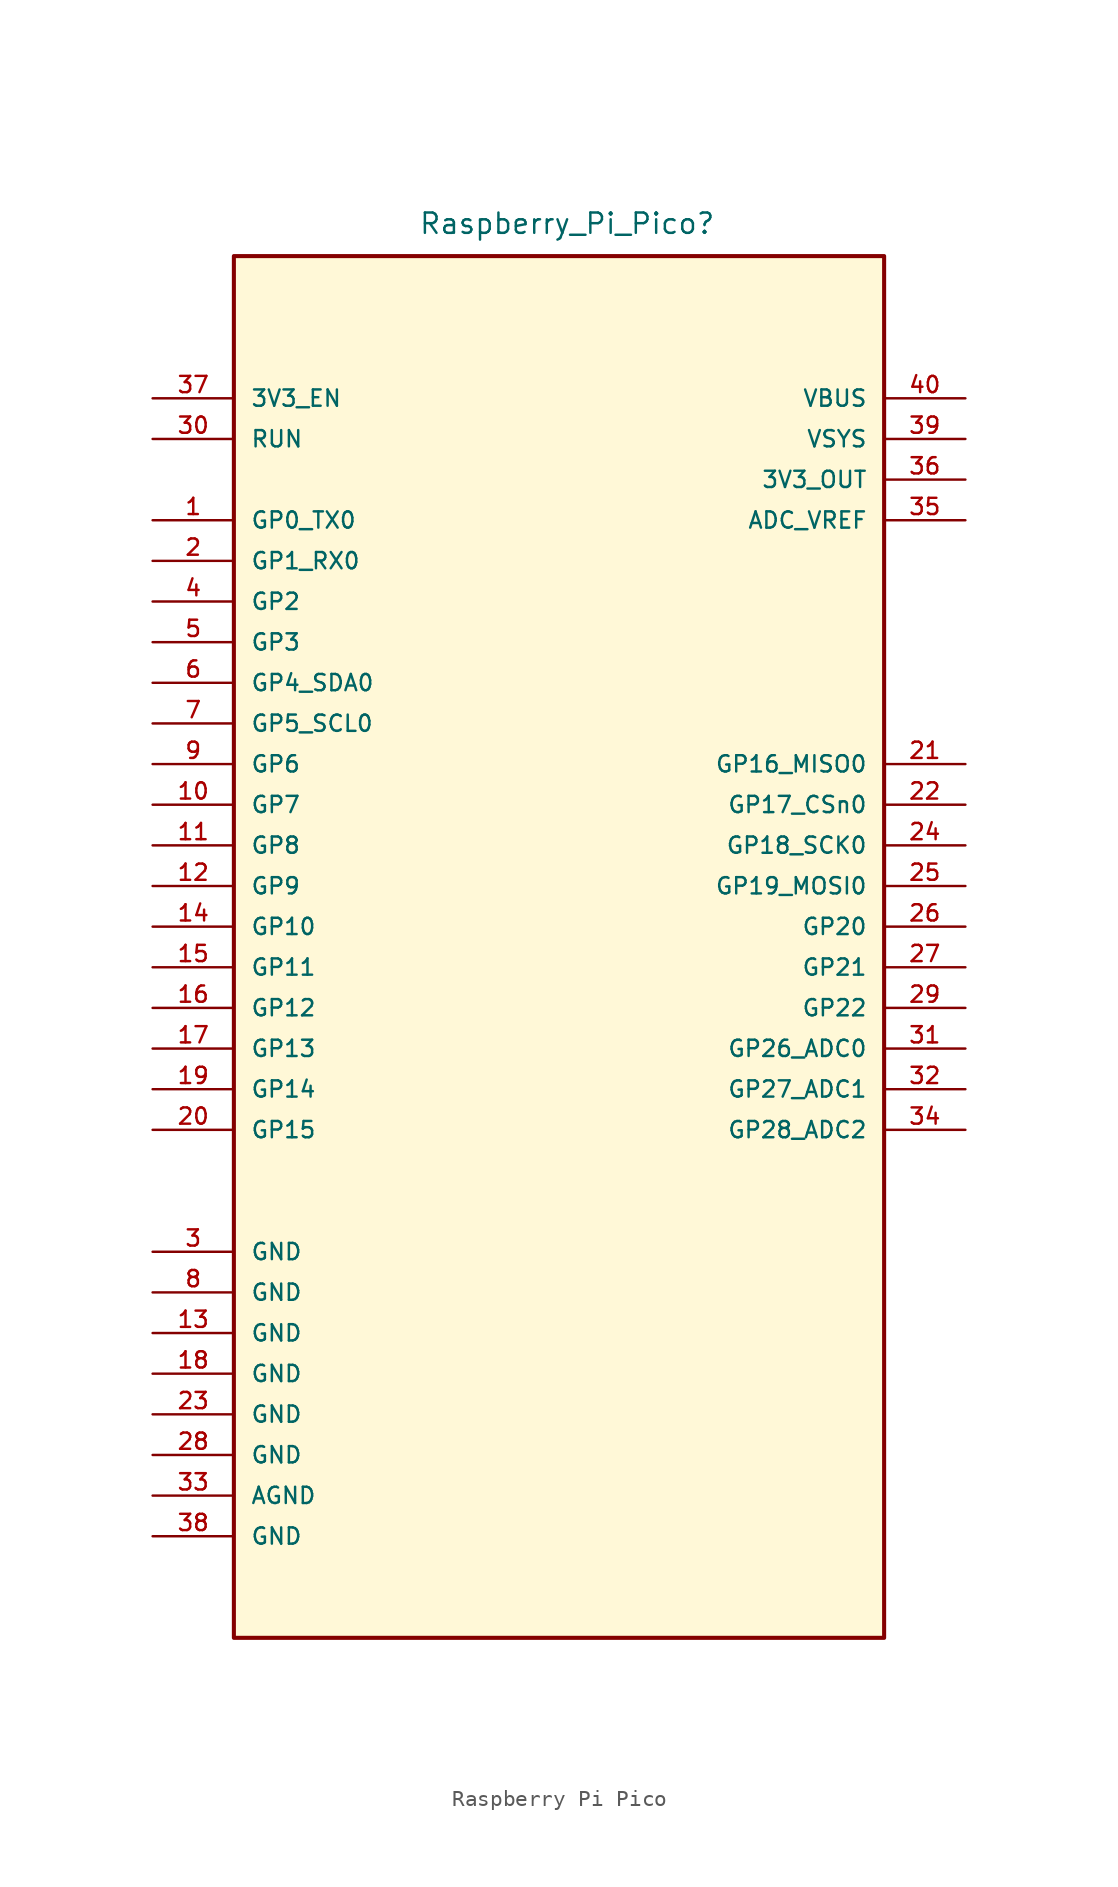
<source format=kicad_sym>
(kicad_symbol_lib
  (version 20241209)
  (generator "kicad_symbol_editor")
  (generator_version "9.0")
  (symbol "Raspberry Pi Pico"
    (pin_names
      (offset 1.016))
    (property "Reference" "Raspberry_Pi_Pico"
      (at 0.508 45.212 0)
      (effects (font (size 1.27 1.27))))
    (symbol "Raspberry Pi Pico_0_0"
      (rectangle (start -20.32 43.18) (end 20.32 -43.18) (stroke (width 0.254) (type default)) (fill (type color) (color 255 248 215 1)))
      (pin input line (at -25.4 34.29 0) (length 5.08) (name "3V3_EN" (effects (font (size 1.016 1.016)))) (number "37" (effects (font (size 1.016 1.016)))))
      (pin input line (at -25.4 31.75 0) (length 5.08) (name "RUN" (effects (font (size 1.016 1.016)))) (number "30" (effects (font (size 1.016 1.016)))))
      (pin bidirectional line (at -25.4 21.59 0) (length 5.08) (name "GP2" (effects (font (size 1.016 1.016)))) (number "4" (effects (font (size 1.016 1.016)))))
      (pin bidirectional line (at -25.4 19.05 0) (length 5.08) (name "GP3" (effects (font (size 1.016 1.016)))) (number "5" (effects (font (size 1.016 1.016)))))
      (pin bidirectional line (at -25.4 11.43 0) (length 5.08) (name "GP6" (effects (font (size 1.016 1.016)))) (number "9" (effects (font (size 1.016 1.016)))))
      (pin bidirectional line (at -25.4 8.89 0) (length 5.08) (name "GP7" (effects (font (size 1.016 1.016)))) (number "10" (effects (font (size 1.016 1.016)))))
      (pin bidirectional line (at -25.4 6.35 0) (length 5.08) (name "GP8" (effects (font (size 1.016 1.016)))) (number "11" (effects (font (size 1.016 1.016)))))
      (pin bidirectional line (at -25.4 3.81 0) (length 5.08) (name "GP9" (effects (font (size 1.016 1.016)))) (number "12" (effects (font (size 1.016 1.016)))))
      (pin bidirectional line (at -25.4 1.27 0) (length 5.08) (name "GP10" (effects (font (size 1.016 1.016)))) (number "14" (effects (font (size 1.016 1.016)))))
      (pin bidirectional line (at -25.4 -1.27 0) (length 5.08) (name "GP11" (effects (font (size 1.016 1.016)))) (number "15" (effects (font (size 1.016 1.016)))))
      (pin bidirectional line (at -25.4 -3.81 0) (length 5.08) (name "GP12" (effects (font (size 1.016 1.016)))) (number "16" (effects (font (size 1.016 1.016)))))
      (pin bidirectional line (at -25.4 -6.35 0) (length 5.08) (name "GP13" (effects (font (size 1.016 1.016)))) (number "17" (effects (font (size 1.016 1.016)))))
      (pin bidirectional line (at -25.4 -8.89 0) (length 5.08) (name "GP14" (effects (font (size 1.016 1.016)))) (number "19" (effects (font (size 1.016 1.016)))))
      (pin bidirectional line (at -25.4 -11.43 0) (length 5.08) (name "GP15" (effects (font (size 1.016 1.016)))) (number "20" (effects (font (size 1.016 1.016)))))
      (pin power_in line (at -25.4 -19.05 0) (length 5.08) (name "GND" (effects (font (size 1.016 1.016)))) (number "3" (effects (font (size 1.016 1.016)))))
      (pin power_in line (at -25.4 -21.59 0) (length 5.08) (name "GND" (effects (font (size 1.016 1.016)))) (number "8" (effects (font (size 1.016 1.016)))))
      (pin power_in line (at -25.4 -24.13 0) (length 5.08) (name "GND" (effects (font (size 1.016 1.016)))) (number "13" (effects (font (size 1.016 1.016)))))
      (pin power_in line (at -25.4 -26.67 0) (length 5.08) (name "GND" (effects (font (size 1.016 1.016)))) (number "18" (effects (font (size 1.016 1.016)))))
      (pin power_in line (at -25.4 -29.21 0) (length 5.08) (name "GND" (effects (font (size 1.016 1.016)))) (number "23" (effects (font (size 1.016 1.016)))))
      (pin power_in line (at -25.4 -31.75 0) (length 5.08) (name "GND" (effects (font (size 1.016 1.016)))) (number "28" (effects (font (size 1.016 1.016)))))
      (pin power_in line (at -25.4 -34.29 0) (length 5.08) (name "AGND" (effects (font (size 1.016 1.016)))) (number "33" (effects (font (size 1.016 1.016)))))
      (pin power_in line (at -25.4 -36.83 0) (length 5.08) (name "GND" (effects (font (size 1.016 1.016)))) (number "38" (effects (font (size 1.016 1.016)))))
      (pin free line (at 25.4 34.29 180) (length 5.08) (name "VBUS" (effects (font (size 1.016 1.016)))) (number "40" (effects (font (size 1.016 1.016)))))
      (pin free line (at 25.4 31.75 180) (length 5.08) (name "VSYS" (effects (font (size 1.016 1.016)))) (number "39" (effects (font (size 1.016 1.016)))))
      (pin power_in line (at 25.4 29.21 180) (length 5.08) (name "3V3_OUT" (effects (font (size 1.016 1.016)))) (number "36" (effects (font (size 1.016 1.016)))))
      (pin power_in line (at 25.4 26.67 180) (length 5.08) (name "ADC_VREF" (effects (font (size 1.016 1.016)))) (number "35" (effects (font (size 1.016 1.016)))))
      (pin bidirectional line (at 25.4 1.27 180) (length 5.08) (name "GP20" (effects (font (size 1.016 1.016)))) (number "26" (effects (font (size 1.016 1.016)))))
      (pin bidirectional line (at 25.4 -1.27 180) (length 5.08) (name "GP21" (effects (font (size 1.016 1.016)))) (number "27" (effects (font (size 1.016 1.016)))))
      (pin bidirectional line (at 25.4 -3.81 180) (length 5.08) (name "GP22" (effects (font (size 1.016 1.016)))) (number "29" (effects (font (size 1.016 1.016))))))
    (symbol "Raspberry Pi Pico_1_0"
      (pin bidirectional line (at -25.4 26.67 0) (length 5.08) (name "GP0_TX0" (effects (font (size 1.016 1.016)))) (number "1" (effects (font (size 1.016 1.016)))))
      (pin bidirectional line (at -25.4 24.13 0) (length 5.08) (name "GP1_RX0" (effects (font (size 1.016 1.016)))) (number "2" (effects (font (size 1.016 1.016)))))
      (pin bidirectional line (at -25.4 16.51 0) (length 5.08) (name "GP4_SDA0" (effects (font (size 1.016 1.016)))) (number "6" (effects (font (size 1.016 1.016)))))
      (pin bidirectional line (at -25.4 13.97 0) (length 5.08) (name "GP5_SCL0" (effects (font (size 1.016 1.016)))) (number "7" (effects (font (size 1.016 1.016)))))
      (pin bidirectional line (at 25.4 11.43 180) (length 5.08) (name "GP16_MISO0" (effects (font (size 1.016 1.016)))) (number "21" (effects (font (size 1.016 1.016)))))
      (pin bidirectional line (at 25.4 8.89 180) (length 5.08) (name "GP17_CSn0" (effects (font (size 1.016 1.016)))) (number "22" (effects (font (size 1.016 1.016)))))
      (pin bidirectional line (at 25.4 6.35 180) (length 5.08) (name "GP18_SCK0" (effects (font (size 1.016 1.016)))) (number "24" (effects (font (size 1.016 1.016)))))
      (pin bidirectional line (at 25.4 3.81 180) (length 5.08) (name "GP19_MOSI0" (effects (font (size 1.016 1.016)))) (number "25" (effects (font (size 1.016 1.016)))))
      (pin bidirectional line (at 25.4 -6.35 180) (length 5.08) (name "GP26_ADC0" (effects (font (size 1.016 1.016)))) (number "31" (effects (font (size 1.016 1.016)))))
      (pin bidirectional line (at 25.4 -8.89 180) (length 5.08) (name "GP27_ADC1" (effects (font (size 1.016 1.016)))) (number "32" (effects (font (size 1.016 1.016)))))
      (pin bidirectional line (at 25.4 -11.43 180) (length 5.08) (name "GP28_ADC2" (effects (font (size 1.016 1.016)))) (number "34" (effects (font (size 1.016 1.016))))))))
</source>
